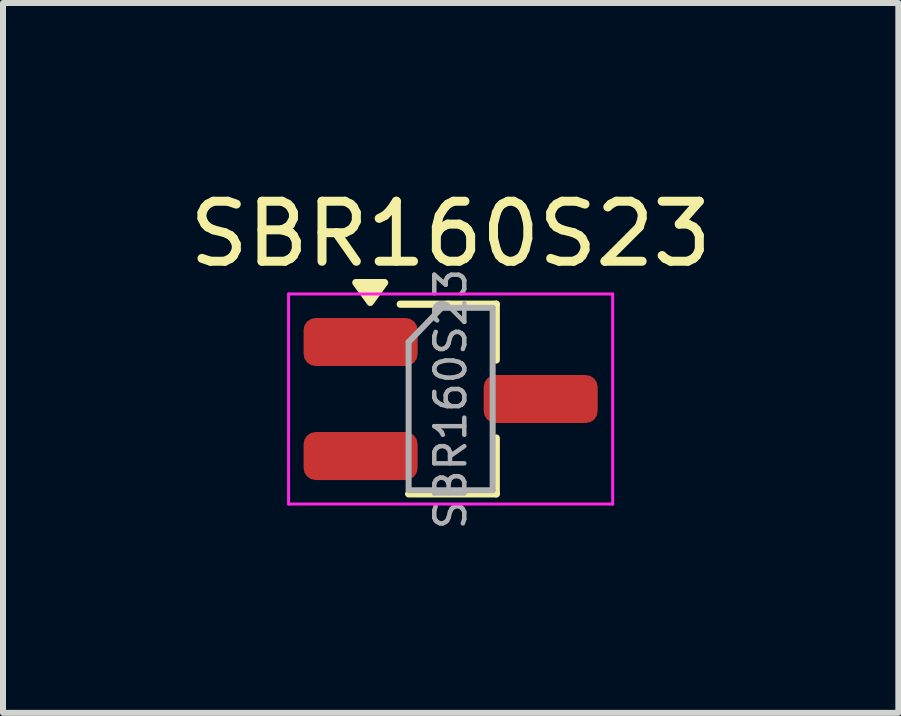
<source format=kicad_pcb>
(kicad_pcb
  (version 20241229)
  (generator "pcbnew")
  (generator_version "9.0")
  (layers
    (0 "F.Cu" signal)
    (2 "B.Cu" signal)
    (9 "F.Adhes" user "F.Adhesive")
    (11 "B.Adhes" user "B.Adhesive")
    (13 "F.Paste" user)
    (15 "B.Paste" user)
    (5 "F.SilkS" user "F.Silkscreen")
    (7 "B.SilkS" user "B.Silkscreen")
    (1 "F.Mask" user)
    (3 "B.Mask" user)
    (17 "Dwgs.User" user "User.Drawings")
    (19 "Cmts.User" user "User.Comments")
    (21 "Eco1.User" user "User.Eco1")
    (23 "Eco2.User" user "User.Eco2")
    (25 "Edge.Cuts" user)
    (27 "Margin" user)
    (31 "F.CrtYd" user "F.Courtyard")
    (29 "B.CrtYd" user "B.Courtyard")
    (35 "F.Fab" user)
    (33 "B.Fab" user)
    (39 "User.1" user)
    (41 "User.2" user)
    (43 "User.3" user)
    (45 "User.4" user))
  (footprint "SBR160S23"
    (layer "F.Cu")
    (at 4.458 3.598)
    (property "Reference" "SBR160S23" (at 0 -2.75 0) (layer "F.SilkS") (effects (font (size 1 1) (thickness 0.15))))
    (attr smd)
    (fp_line (start -0.04 -1.58) (end -0.84 -1.58) (stroke (width 0.12) (type solid)) (layer "F.SilkS"))
    (fp_line (start -0.04 -1.58) (end 0.76 -1.58) (stroke (width 0.12) (type solid)) (layer "F.SilkS"))
    (fp_line (start 0.76 -1.58) (end 0.76 -0.65) (stroke (width 0.12) (type solid)) (layer "F.SilkS"))
    (fp_line (start 0.76 1.58) (end -0.7 1.58) (stroke (width 0.12) (type solid)) (layer "F.SilkS"))
    (fp_line (start 0.76 1.58) (end 0.76 0.65) (stroke (width 0.12) (type solid)) (layer "F.SilkS"))
    (fp_poly (pts (xy -1.34 -1.61) (xy -1.58 -1.94) (xy -1.1 -1.94) (xy -1.34 -1.61)) (stroke (width 0.12) (type solid)) (fill yes) (layer "F.SilkS"))
    (fp_line (start -2.7 -1.75) (end 2.7 -1.75) (stroke (width 0.05) (type solid)) (layer "F.CrtYd"))
    (fp_line (start -2.7 1.75) (end -2.7 -1.75) (stroke (width 0.05) (type solid)) (layer "F.CrtYd"))
    (fp_line (start 2.7 -1.75) (end 2.7 1.75) (stroke (width 0.05) (type solid)) (layer "F.CrtYd"))
    (fp_line (start 2.7 1.75) (end -2.7 1.75) (stroke (width 0.05) (type solid)) (layer "F.CrtYd"))
    (fp_line (start -0.7 -0.95) (end -0.7 1.5) (stroke (width 0.1) (type solid)) (layer "F.Fab"))
    (fp_line (start -0.7 -0.95) (end -0.15 -1.52) (stroke (width 0.1) (type solid)) (layer "F.Fab"))
    (fp_line (start -0.7 1.52) (end 0.7 1.52) (stroke (width 0.1) (type solid)) (layer "F.Fab"))
    (fp_line (start -0.15 -1.52) (end 0.7 -1.52) (stroke (width 0.1) (type solid)) (layer "F.Fab"))
    (fp_line (start 0.7 -1.52) (end 0.7 1.52) (stroke (width 0.1) (type solid)) (layer "F.Fab"))
    (fp_text user "${REFERENCE}" (at 0 0 90) (layer "F.Fab") (effects (font (size 0.5 0.5) (thickness 0.075))))
    (pad "1" smd roundrect (at 1.5 0) (size 1.9 0.8) (layers "F.Cu" "F.Mask" "F.Paste") (roundrect_rratio 0.25))
    (pad "2" smd roundrect (at -1.5 -0.95) (size 1.9 0.8) (layers "F.Cu" "F.Mask" "F.Paste") (roundrect_rratio 0.25))
    (pad "3" smd roundrect (at -1.5 0.95) (size 1.9 0.8) (layers "F.Cu" "F.Mask" "F.Paste") (roundrect_rratio 0.25)))
  (gr_rect
    (start -3 -3)
    (end 11.917 8.827)
    (stroke (width 0.1) (type default))
    (fill no)
    (layer "Edge.Cuts")))
</source>
